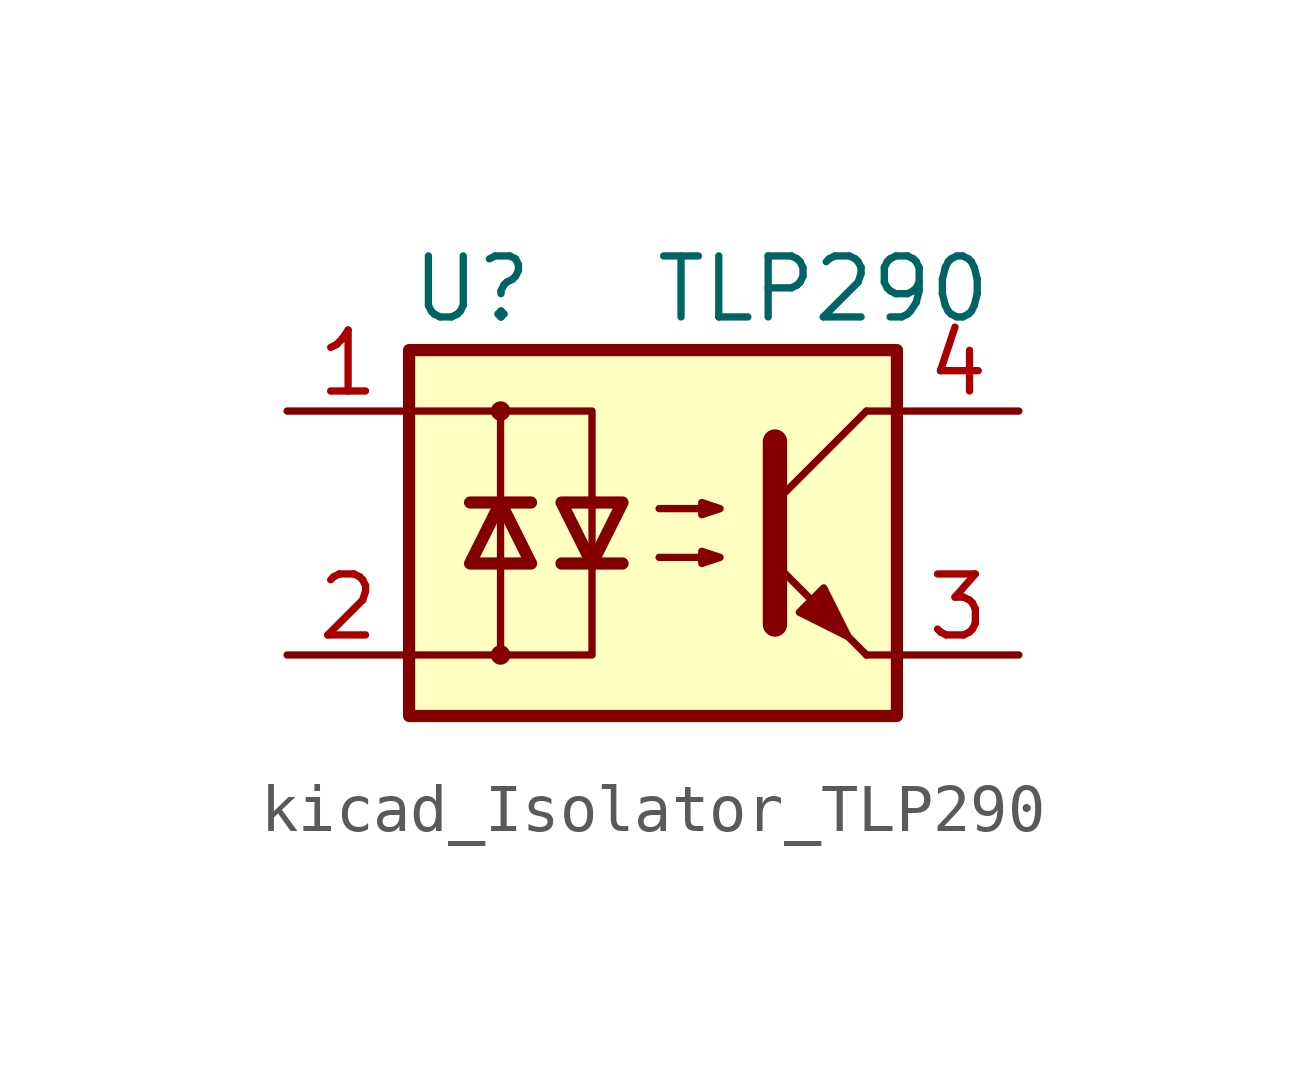
<source format=kicad_sym>
(kicad_symbol_lib
  (version 20220914)
  (generator kicad_symbol_editor)
  (symbol "kicad_Isolator_TLP290"
    (pin_names
      (offset 1.016))
    (property "Reference" "U"
      (at -5.08 5.08 0)
      (effects (font (size 1.27 1.27)) (justify left)))
    (property "Value" "TLP290"
      (at 0 5.08 0)
      (effects (font (size 1.27 1.27)) (justify left)))
    (symbol "kicad_Isolator_TLP290_0_1"
      (rectangle (start -5.08 3.81) (end 5.08 -3.81) (stroke (width 0.254) (type default)) (fill (type background)))
      (circle (center -3.175 -2.54) (radius 0.127) (stroke (width 0) (type default)) (fill (type none)))
      (circle (center -3.175 2.54) (radius 0.127) (stroke (width 0) (type default)) (fill (type none)))
      (polyline (pts (xy -3.81 0.635) (xy -2.54 0.635)) (stroke (width 0.254) (type default)) (fill (type none)))
      (polyline (pts (xy -3.175 -0.635) (xy -3.175 -2.54)) (stroke (width 0) (type default)) (fill (type none)))
      (polyline (pts (xy -3.175 -0.635) (xy -3.175 2.54)) (stroke (width 0) (type default)) (fill (type none)))
      (polyline (pts (xy -1.905 -0.635) (xy -0.635 -0.635)) (stroke (width 0.254) (type default)) (fill (type none)))
      (polyline (pts (xy 2.54 0.635) (xy 4.445 2.54)) (stroke (width 0) (type default)) (fill (type none)))
      (polyline (pts (xy 4.445 -2.54) (xy 2.54 -0.635)) (stroke (width 0) (type default)) (fill (type outline)))
      (polyline (pts (xy 4.445 -2.54) (xy 5.08 -2.54)) (stroke (width 0) (type default)) (fill (type none)))
      (polyline (pts (xy 4.445 2.54) (xy 5.08 2.54)) (stroke (width 0) (type default)) (fill (type none)))
      (polyline (pts (xy -5.08 2.54) (xy -1.27 2.54) (xy -1.27 -0.635)) (stroke (width 0) (type default)) (fill (type none)))
      (polyline (pts (xy -1.27 -0.635) (xy -1.27 -2.54) (xy -5.08 -2.54)) (stroke (width 0) (type default)) (fill (type none)))
      (polyline (pts (xy 2.54 1.905) (xy 2.54 -1.905) (xy 2.54 -1.905)) (stroke (width 0.508) (type default)) (fill (type none)))
      (polyline (pts (xy -3.175 0.635) (xy -3.81 -0.635) (xy -2.54 -0.635) (xy -3.175 0.635)) (stroke (width 0.254) (type default)) (fill (type none)))
      (polyline (pts (xy -1.27 -0.635) (xy -1.905 0.635) (xy -0.635 0.635) (xy -1.27 -0.635)) (stroke (width 0.254) (type default)) (fill (type none)))
      (polyline (pts (xy 0.127 -0.508) (xy 1.397 -0.508) (xy 1.016 -0.635) (xy 1.016 -0.381) (xy 1.397 -0.508)) (stroke (width 0) (type default)) (fill (type none)))
      (polyline (pts (xy 0.127 0.508) (xy 1.397 0.508) (xy 1.016 0.381) (xy 1.016 0.635) (xy 1.397 0.508)) (stroke (width 0) (type default)) (fill (type none)))
      (polyline (pts (xy 3.048 -1.651) (xy 3.556 -1.143) (xy 4.064 -2.159) (xy 3.048 -1.651) (xy 3.048 -1.651)) (stroke (width 0) (type default)) (fill (type outline))))
    (symbol "kicad_Isolator_TLP290_1_1"
      (pin passive line (at -7.62 2.54 0) (length 2.54) (name "~" (effects (font (size 1.27 1.27)))) (number "1" (effects (font (size 1.27 1.27)))))
      (pin passive line (at -7.62 -2.54 0) (length 2.54) (name "~" (effects (font (size 1.27 1.27)))) (number "2" (effects (font (size 1.27 1.27)))))
      (pin passive line (at 7.62 -2.54 180) (length 2.54) (name "~" (effects (font (size 1.27 1.27)))) (number "3" (effects (font (size 1.27 1.27)))))
      (pin passive line (at 7.62 2.54 180) (length 2.54) (name "~" (effects (font (size 1.27 1.27)))) (number "4" (effects (font (size 1.27 1.27))))))))
</source>
